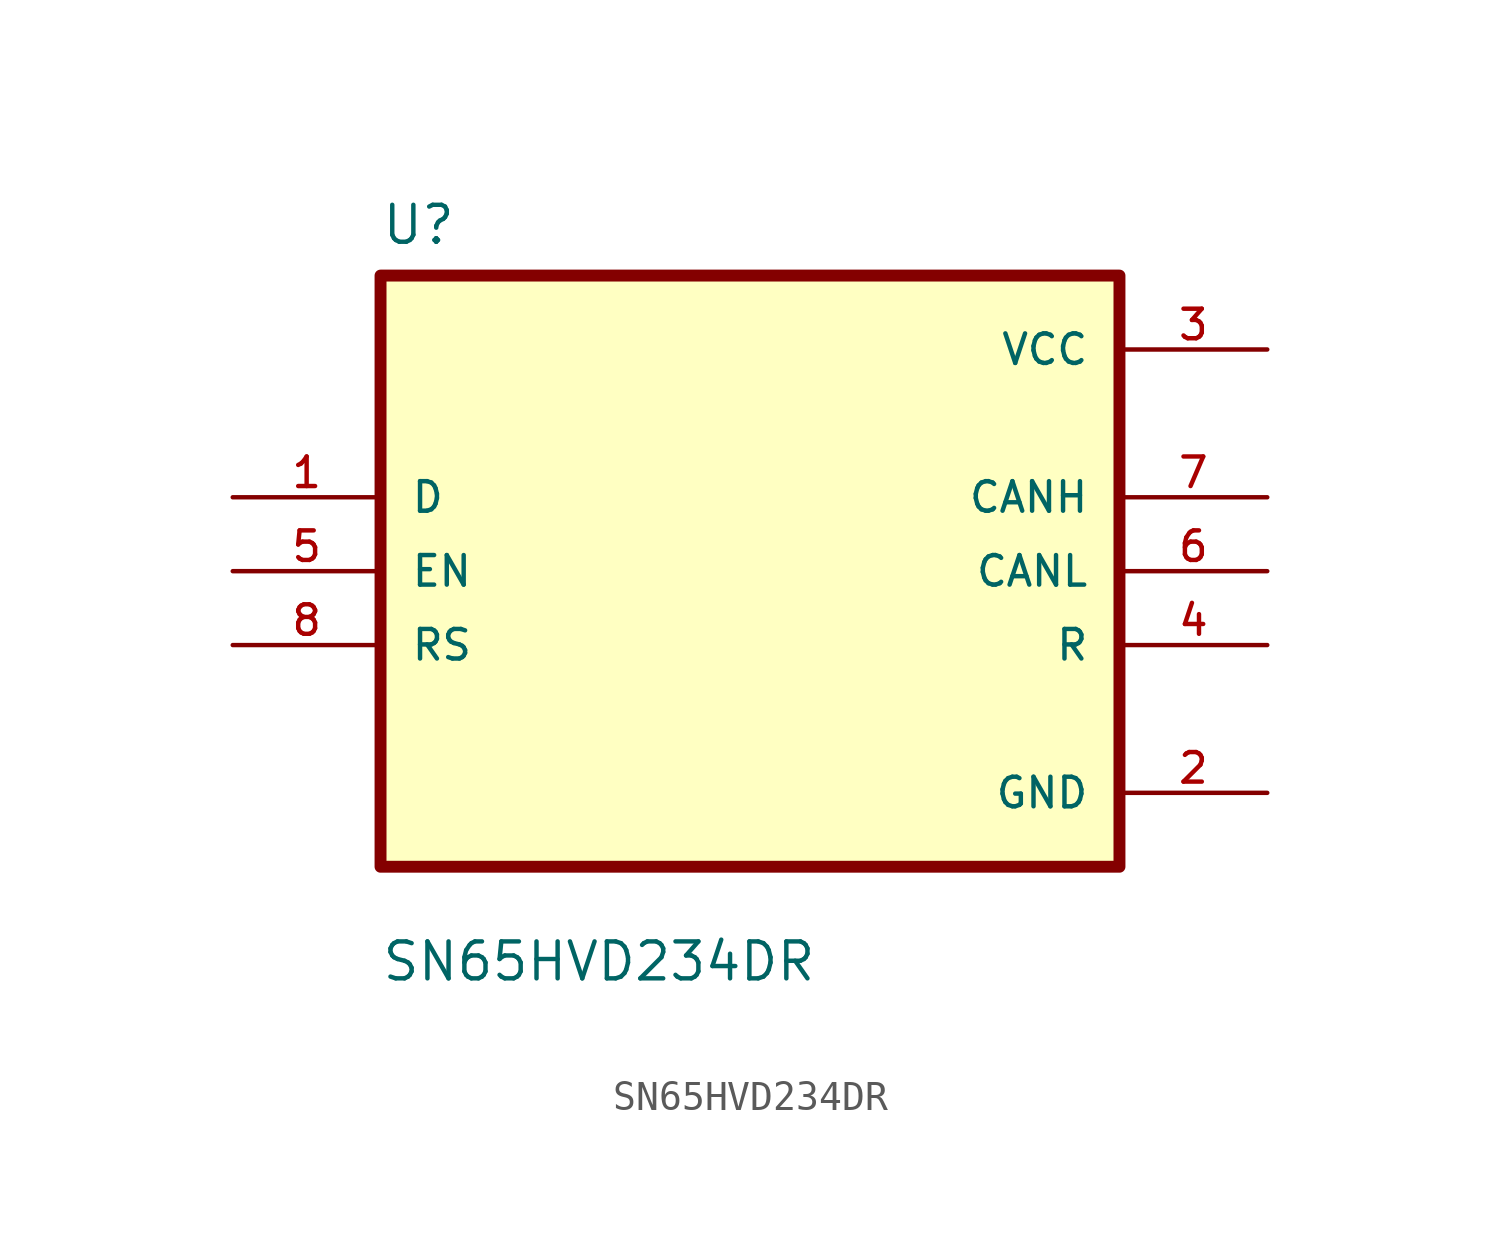
<source format=kicad_sym>
(kicad_symbol_lib
  (version 20211014)
  (generator kicad_symbol_editor)
  (symbol "SN65HVD234DR"
    (pin_names
      (offset 1.016))
    (property "Reference" "U"
      (at -12.7 11.16 0.0)
      (effects (font (size 1.27 1.27)) (justify bottom left)))
    (property "Value" "SN65HVD234DR"
      (at -12.7 -14.16 0.0)
      (effects (font (size 1.27 1.27)) (justify bottom left)))
    (symbol "SN65HVD234DR_0_0"
      (rectangle (start -12.7 -10.16) (end 12.7 10.16) (stroke (width 0.41)) (fill (type background)))
      (pin input line (at -17.78 2.54 0) (length 5.08) (name "D" (effects (font (size 1.016 1.016)))) (number "1" (effects (font (size 1.016 1.016)))))
      (pin input line (at -17.78 0.0 0) (length 5.08) (name "EN" (effects (font (size 1.016 1.016)))) (number "5" (effects (font (size 1.016 1.016)))))
      (pin input line (at -17.78 -2.54 0) (length 5.08) (name "RS" (effects (font (size 1.016 1.016)))) (number "8" (effects (font (size 1.016 1.016)))))
      (pin power_in line (at 17.78 7.62 180.0) (length 5.08) (name "VCC" (effects (font (size 1.016 1.016)))) (number "3" (effects (font (size 1.016 1.016)))))
      (pin output line (at 17.78 2.54 180.0) (length 5.08) (name "CANH" (effects (font (size 1.016 1.016)))) (number "7" (effects (font (size 1.016 1.016)))))
      (pin output line (at 17.78 0.0 180.0) (length 5.08) (name "CANL" (effects (font (size 1.016 1.016)))) (number "6" (effects (font (size 1.016 1.016)))))
      (pin output line (at 17.78 -2.54 180.0) (length 5.08) (name "R" (effects (font (size 1.016 1.016)))) (number "4" (effects (font (size 1.016 1.016)))))
      (pin power_in line (at 17.78 -7.62 180.0) (length 5.08) (name "GND" (effects (font (size 1.016 1.016)))) (number "2" (effects (font (size 1.016 1.016))))))))
</source>
